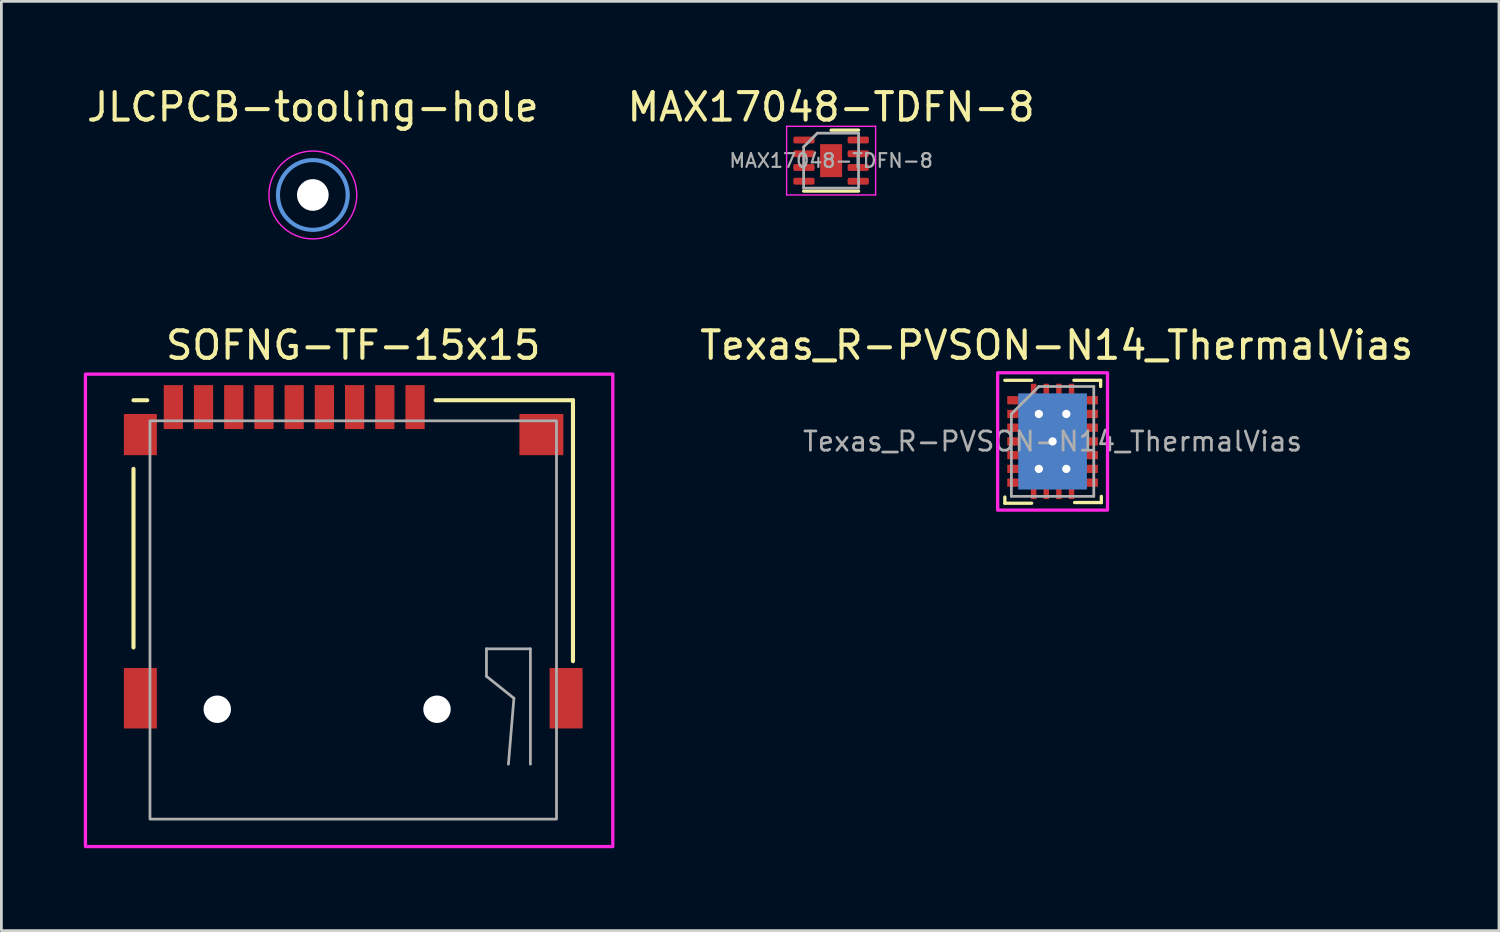
<source format=kicad_pcb>
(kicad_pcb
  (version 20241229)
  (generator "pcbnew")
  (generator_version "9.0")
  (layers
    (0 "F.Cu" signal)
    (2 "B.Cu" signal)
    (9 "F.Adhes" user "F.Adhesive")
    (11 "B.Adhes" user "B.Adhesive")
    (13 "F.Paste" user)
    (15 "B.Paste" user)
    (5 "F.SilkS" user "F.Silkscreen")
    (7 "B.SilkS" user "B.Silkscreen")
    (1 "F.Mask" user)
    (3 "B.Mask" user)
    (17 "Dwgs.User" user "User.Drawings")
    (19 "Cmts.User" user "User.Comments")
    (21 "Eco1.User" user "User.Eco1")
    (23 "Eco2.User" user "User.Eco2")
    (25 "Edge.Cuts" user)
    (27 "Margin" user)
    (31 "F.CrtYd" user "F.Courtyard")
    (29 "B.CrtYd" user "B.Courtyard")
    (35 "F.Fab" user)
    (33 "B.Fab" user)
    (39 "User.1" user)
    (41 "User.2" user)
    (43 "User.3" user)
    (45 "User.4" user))
  (footprint "MAX17048-TDFN-8"
    (layer "F.Cu")
    (at 27.208 2.798)
    (property "Reference" "MAX17048-TDFN-8" (at 0 -1.95 0) (layer "F.SilkS") (effects (font (size 1 1) (thickness 0.15))))
    (attr smd)
    (fp_line (start -1 1.11) (end 1 1.11) (stroke (width 0.12) (type solid)) (layer "F.SilkS"))
    (fp_line (start 0 -1.11) (end 1 -1.11) (stroke (width 0.12) (type solid)) (layer "F.SilkS"))
    (fp_line (start -1.62 -1.25) (end -1.62 1.25) (stroke (width 0.05) (type solid)) (layer "F.CrtYd"))
    (fp_line (start -1.62 1.25) (end 1.62 1.25) (stroke (width 0.05) (type solid)) (layer "F.CrtYd"))
    (fp_line (start 1.62 -1.25) (end -1.62 -1.25) (stroke (width 0.05) (type solid)) (layer "F.CrtYd"))
    (fp_line (start 1.62 1.25) (end 1.62 -1.25) (stroke (width 0.05) (type solid)) (layer "F.CrtYd"))
    (fp_line (start -1 -0.5) (end -0.5 -1) (stroke (width 0.1) (type solid)) (layer "F.Fab"))
    (fp_line (start -1 1) (end -1 -0.5) (stroke (width 0.1) (type solid)) (layer "F.Fab"))
    (fp_line (start -0.5 -1) (end 1 -1) (stroke (width 0.1) (type solid)) (layer "F.Fab"))
    (fp_line (start 1 -1) (end 1 1) (stroke (width 0.1) (type solid)) (layer "F.Fab"))
    (fp_line (start 1 1) (end -1 1) (stroke (width 0.1) (type solid)) (layer "F.Fab"))
    (fp_text user "${REFERENCE}" (at 0 0 0) (layer "F.Fab") (effects (font (size 0.5 0.5) (thickness 0.08))))
    (pad "" smd roundrect (at -0.2 -0.3) (size 0.32 0.48) (layers "F.Paste") (roundrect_rratio 0.25))
    (pad "" smd roundrect (at -0.2 0.3) (size 0.32 0.48) (layers "F.Paste") (roundrect_rratio 0.25))
    (pad "" smd roundrect (at 0.2 -0.3) (size 0.32 0.48) (layers "F.Paste") (roundrect_rratio 0.25))
    (pad "" smd roundrect (at 0.2 0.3) (size 0.32 0.48) (layers "F.Paste") (roundrect_rratio 0.25))
    (pad "1" smd roundrect (at -0.988 -0.75) (size 0.775 0.25) (layers "F.Cu" "F.Mask" "F.Paste") (roundrect_rratio 0.25))
    (pad "2" smd roundrect (at -0.988 -0.25) (size 0.775 0.25) (layers "F.Cu" "F.Mask" "F.Paste") (roundrect_rratio 0.25))
    (pad "3" smd roundrect (at -0.988 0.25) (size 0.775 0.25) (layers "F.Cu" "F.Mask" "F.Paste") (roundrect_rratio 0.25))
    (pad "4" smd roundrect (at -0.988 0.75) (size 0.775 0.25) (layers "F.Cu" "F.Mask" "F.Paste") (roundrect_rratio 0.25))
    (pad "4" smd rect (at 0 0) (size 0.8 1.2) (layers "F.Cu" "F.Mask"))
    (pad "5" smd roundrect (at 0.988 0.75) (size 0.775 0.25) (layers "F.Cu" "F.Mask" "F.Paste") (roundrect_rratio 0.25))
    (pad "6" smd roundrect (at 0.988 0.25) (size 0.775 0.25) (layers "F.Cu" "F.Mask" "F.Paste") (roundrect_rratio 0.25))
    (pad "7" smd roundrect (at 0.988 -0.25) (size 0.775 0.25) (layers "F.Cu" "F.Mask" "F.Paste") (roundrect_rratio 0.25))
    (pad "8" smd roundrect (at 0.988 -0.75) (size 0.775 0.25) (layers "F.Cu" "F.Mask" "F.Paste") (roundrect_rratio 0.25)))
  (footprint "Texas_R-PVSON-N14_ThermalVias"
    (layer "F.Cu")
    (at 35.271 13.021)
    (property "Reference" "Texas_R-PVSON-N14_ThermalVias" (at 0.15 -3.5 0) (layer "F.SilkS") (effects (font (size 1 1) (thickness 0.15))))
    (attr smd)
    (fp_line (start -1.738 -2.225) (end -0.762 -2.225) (stroke (width 0.12) (type solid)) (layer "F.SilkS"))
    (fp_line (start -1.738 2.25) (end -1.738 2.025) (stroke (width 0.12) (type solid)) (layer "F.SilkS"))
    (fp_line (start -1.738 2.25) (end -0.762 2.25) (stroke (width 0.12) (type solid)) (layer "F.SilkS"))
    (fp_line (start 0.775 -2.225) (end 1.75 -2.225) (stroke (width 0.12) (type solid)) (layer "F.SilkS"))
    (fp_line (start 0.8 2.225) (end 1.775 2.225) (stroke (width 0.12) (type solid)) (layer "F.SilkS"))
    (fp_line (start 1.75 -2) (end 1.75 -2.225) (stroke (width 0.12) (type solid)) (layer "F.SilkS"))
    (fp_line (start 1.775 2) (end 1.775 2.225) (stroke (width 0.12) (type solid)) (layer "F.SilkS"))
    (fp_rect (start -2 2.5) (end 2 -2.5) (stroke (width 0.12) (type solid)) (fill no) (layer "F.CrtYd"))
    (fp_line (start -1.5 -1) (end -1.5 2) (stroke (width 0.1) (type solid)) (layer "F.Fab"))
    (fp_line (start -1.5 -1) (end -0.5 -2) (stroke (width 0.1) (type solid)) (layer "F.Fab"))
    (fp_line (start -1.5 2) (end 1.5 2) (stroke (width 0.1) (type solid)) (layer "F.Fab"))
    (fp_line (start 1.5 -2) (end -0.5 -2) (stroke (width 0.1) (type solid)) (layer "F.Fab"))
    (fp_line (start 1.5 2) (end 1.5 -2) (stroke (width 0.1) (type solid)) (layer "F.Fab"))
    (fp_text user "${REFERENCE}" (at 0 0 0) (layer "F.Fab") (effects (font (size 0.7 0.7) (thickness 0.1))))
    (pad "" smd rect (at -0.4 -0.8) (size 0.59 1.2) (layers "F.Paste"))
    (pad "" smd rect (at -0.4 0.8) (size 0.59 1.2) (layers "F.Paste"))
    (pad "" smd rect (at 0.4 -0.8) (size 0.59 1.2) (layers "F.Paste"))
    (pad "" smd rect (at 0.4 0.8) (size 0.59 1.2) (layers "F.Paste"))
    (pad "1" smd rect (at -1.5 -1.5) (size 0.3 0.3) (layers "F.Cu" "F.Mask" "F.Paste"))
    (pad "1" smd roundrect (at -1.25 -1.5) (size 0.5 0.3) (layers "F.Cu" "F.Mask" "F.Paste") (roundrect_rratio 0.5))
    (pad "2" smd rect (at -1.5 -1) (size 0.3 0.3) (layers "F.Cu" "F.Mask" "F.Paste"))
    (pad "2" smd roundrect (at -1.25 -1) (size 0.5 0.3) (layers "F.Cu" "F.Mask" "F.Paste") (roundrect_rratio 0.5))
    (pad "3" smd rect (at -1.5 -0.5) (size 0.3 0.3) (layers "F.Cu" "F.Mask" "F.Paste"))
    (pad "3" smd roundrect (at -1.25 -0.5) (size 0.5 0.3) (layers "F.Cu" "F.Mask" "F.Paste") (roundrect_rratio 0.5))
    (pad "4" smd rect (at -1.5 0) (size 0.3 0.3) (layers "F.Cu" "F.Mask" "F.Paste"))
    (pad "4" smd roundrect (at -1.25 0) (size 0.5 0.3) (layers "F.Cu" "F.Mask" "F.Paste") (roundrect_rratio 0.5))
    (pad "5" smd rect (at -1.5 0.5) (size 0.3 0.3) (layers "F.Cu" "F.Mask" "F.Paste"))
    (pad "5" smd roundrect (at -1.25 0.5) (size 0.5 0.3) (layers "F.Cu" "F.Mask" "F.Paste") (roundrect_rratio 0.5))
    (pad "6" smd rect (at -1.5 1) (size 0.3 0.3) (layers "F.Cu" "F.Mask" "F.Paste"))
    (pad "6" smd roundrect (at -1.25 1) (size 0.5 0.3) (layers "F.Cu" "F.Mask" "F.Paste") (roundrect_rratio 0.5))
    (pad "7" smd rect (at -1.5 1.5) (size 0.3 0.3) (layers "F.Cu" "F.Mask" "F.Paste"))
    (pad "7" smd roundrect (at -1.25 1.5) (size 0.5 0.3) (layers "F.Cu" "F.Mask" "F.Paste") (roundrect_rratio 0.5))
    (pad "8" smd roundrect (at 1.25 1.5) (size 0.5 0.3) (layers "F.Cu" "F.Mask" "F.Paste") (roundrect_rratio 0.5))
    (pad "8" smd rect (at 1.5 1.5) (size 0.3 0.3) (layers "F.Cu" "F.Mask" "F.Paste"))
    (pad "9" smd roundrect (at 1.25 1) (size 0.5 0.3) (layers "F.Cu" "F.Mask" "F.Paste") (roundrect_rratio 0.5))
    (pad "9" smd rect (at 1.5 1) (size 0.3 0.3) (layers "F.Cu" "F.Mask" "F.Paste"))
    (pad "10" smd roundrect (at 1.25 0.5) (size 0.5 0.3) (layers "F.Cu" "F.Mask" "F.Paste") (roundrect_rratio 0.5))
    (pad "10" smd rect (at 1.5 0.5) (size 0.3 0.3) (layers "F.Cu" "F.Mask" "F.Paste"))
    (pad "11" smd roundrect (at 1.25 0) (size 0.5 0.3) (layers "F.Cu" "F.Mask" "F.Paste") (roundrect_rratio 0.5))
    (pad "11" smd rect (at 1.5 0) (size 0.3 0.3) (layers "F.Cu" "F.Mask" "F.Paste"))
    (pad "12" smd roundrect (at 1.25 -0.5) (size 0.5 0.3) (layers "F.Cu" "F.Mask" "F.Paste") (roundrect_rratio 0.5))
    (pad "12" smd rect (at 1.5 -0.5) (size 0.3 0.3) (layers "F.Cu" "F.Mask" "F.Paste"))
    (pad "13" smd roundrect (at 1.25 -1) (size 0.5 0.3) (layers "F.Cu" "F.Mask" "F.Paste") (roundrect_rratio 0.5))
    (pad "13" smd rect (at 1.5 -1) (size 0.3 0.3) (layers "F.Cu" "F.Mask" "F.Paste"))
    (pad "14" smd roundrect (at 1.25 -1.5) (size 0.5 0.3) (layers "F.Cu" "F.Mask" "F.Paste") (roundrect_rratio 0.5))
    (pad "14" smd rect (at 1.5 -1.5) (size 0.3 0.3) (layers "F.Cu" "F.Mask" "F.Paste"))
    (pad "15" smd rect (at -0.69 -1.75) (size 0.2 0.7) (layers "F.Cu" "F.Mask" "F.Paste"))
    (pad "15" smd rect (at -0.69 1.75) (size 0.2 0.7) (layers "F.Cu" "F.Mask" "F.Paste"))
    (pad "15" thru_hole circle (at -0.5 -1) (size 0.5 0.5) (drill 0.3) (layers "*.Cu" "*.Mask"))
    (pad "15" thru_hole circle (at -0.5 1) (size 0.5 0.5) (drill 0.3) (layers "*.Cu" "*.Mask"))
    (pad "15" smd rect (at -0.23 -1.75) (size 0.2 0.7) (layers "F.Cu" "F.Mask" "F.Paste"))
    (pad "15" smd rect (at -0.23 1.75) (size 0.2 0.7) (layers "F.Cu" "F.Mask" "F.Paste"))
    (pad "15" thru_hole circle (at 0 0) (size 0.5 0.5) (drill 0.3) (layers "*.Cu" "*.Mask"))
    (pad "15" smd rect (at 0 0) (size 1.58 2.85) (layers "F.Cu" "F.Mask"))
    (pad "15" smd rect (at 0 0) (size 2.5 3.5) (layers "B.Cu"))
    (pad "15" smd rect (at 0.23 -1.75) (size 0.2 0.7) (layers "F.Cu" "F.Mask" "F.Paste"))
    (pad "15" smd rect (at 0.23 1.75) (size 0.2 0.7) (layers "F.Cu" "F.Mask" "F.Paste"))
    (pad "15" thru_hole circle (at 0.5 -1) (size 0.5 0.5) (drill 0.3) (layers "*.Cu" "*.Mask"))
    (pad "15" thru_hole circle (at 0.5 1) (size 0.5 0.5) (drill 0.3) (layers "*.Cu" "*.Mask"))
    (pad "15" smd rect (at 0.69 -1.75) (size 0.2 0.7) (layers "F.Cu" "F.Mask" "F.Paste"))
    (pad "15" smd rect (at 0.69 1.75) (size 0.2 0.7) (layers "F.Cu" "F.Mask" "F.Paste")))
  (footprint "JLCPCB-tooling-hole"
    (layer "F.Cu")
    (at 8.339 4.048)
    (property "Reference" "JLCPCB-tooling-hole" (at 0 -3.2 0) (layer "F.SilkS") (effects (font (size 1 1) (thickness 0.15))))
    (attr exclude_from_pos_files exclude_from_bom)
    (fp_circle (center 0 0) (end 1.27 0) (stroke (width 0.15) (type solid)) (fill no) (layer "Cmts.User"))
    (fp_circle (center 0 0) (end 1.6 0) (stroke (width 0.05) (type solid)) (fill no) (layer "F.CrtYd"))
    (pad "" np_thru_hole circle (at 0 0) (size 1.152 1.152) (drill 1.152) (layers "*.Cu" "*.Mask")))
  (footprint "SOFNG-TF-15x15"
    (layer "F.Cu")
    (at 9.81 19.521)
    (property "Reference" "SOFNG-TF-15x15" (at 0 -10 0) (unlocked yes) (layer "F.SilkS") (effects (font (size 1 1) (thickness 0.15))))
    (attr smd)
    (fp_line (start -8 -8) (end -7.5 -8) (stroke (width 0.15) (type solid)) (layer "F.SilkS"))
    (fp_line (start -8 -5.5) (end -8 1) (stroke (width 0.15) (type solid)) (layer "F.SilkS"))
    (fp_line (start 3 -8) (end 8 -8) (stroke (width 0.15) (type solid)) (layer "F.SilkS"))
    (fp_line (start 8 -8) (end 8 1.5) (stroke (width 0.15) (type solid)) (layer "F.SilkS"))
    (fp_rect (start -9.75 -8.95) (end 9.45 8.25) (stroke (width 0.12) (type solid)) (fill no) (layer "F.CrtYd"))
    (fp_line (start 4.85 1.05) (end 4.85 2.05) (stroke (width 0.1) (type solid)) (layer "F.Fab"))
    (fp_line (start 4.85 2.05) (end 5.85 2.85) (stroke (width 0.1) (type solid)) (layer "F.Fab"))
    (fp_line (start 5.85 2.85) (end 5.65 5.25) (stroke (width 0.1) (type solid)) (layer "F.Fab"))
    (fp_line (start 6.45 1.05) (end 4.85 1.05) (stroke (width 0.1) (type solid)) (layer "F.Fab"))
    (fp_line (start 6.45 5.25) (end 6.45 1.05) (stroke (width 0.1) (type solid)) (layer "F.Fab"))
    (fp_rect (start 7.4 7.25) (end -7.4 -7.25) (stroke (width 0.1) (type solid)) (fill no) (layer "F.Fab"))
    (pad "" np_thru_hole circle (at -4.95 3.25) (size 1 1) (drill 1) (layers "*.Cu" "*.Mask"))
    (pad "" np_thru_hole circle (at 3.05 3.25) (size 1 1) (drill 1) (layers "*.Cu" "*.Mask"))
    (pad "1" smd rect (at 2.25 -7.75) (size 0.7 1.6) (layers "F.Cu" "F.Mask" "F.Paste"))
    (pad "2" smd rect (at 1.15 -7.75) (size 0.7 1.6) (layers "F.Cu" "F.Mask" "F.Paste"))
    (pad "3" smd rect (at 0.05 -7.75) (size 0.7 1.6) (layers "F.Cu" "F.Mask" "F.Paste"))
    (pad "4" smd rect (at -1.05 -7.75) (size 0.7 1.6) (layers "F.Cu" "F.Mask" "F.Paste"))
    (pad "5" smd rect (at -2.15 -7.75) (size 0.7 1.6) (layers "F.Cu" "F.Mask" "F.Paste"))
    (pad "6" smd rect (at -3.25 -7.75) (size 0.7 1.6) (layers "F.Cu" "F.Mask" "F.Paste"))
    (pad "7" smd rect (at -4.35 -7.75) (size 0.7 1.6) (layers "F.Cu" "F.Mask" "F.Paste"))
    (pad "8" smd rect (at -5.45 -7.75) (size 0.7 1.6) (layers "F.Cu" "F.Mask" "F.Paste"))
    (pad "10" smd rect (at -6.55 -7.75) (size 0.7 1.6) (layers "F.Cu" "F.Mask" "F.Paste"))
    (pad "11" smd rect (at -7.75 -6.75) (size 1.2 1.5) (layers "F.Cu" "F.Mask" "F.Paste"))
    (pad "11" smd rect (at -7.75 2.85) (size 1.2 2.2) (layers "F.Cu" "F.Mask" "F.Paste"))
    (pad "11" smd rect (at 6.85 -6.75) (size 1.6 1.5) (layers "F.Cu" "F.Mask" "F.Paste"))
    (pad "11" smd rect (at 7.75 2.85) (size 1.2 2.2) (layers "F.Cu" "F.Mask" "F.Paste")))
  (gr_rect
    (start -3 -3)
    (end 51.522 30.831)
    (stroke (width 0.1) (type default))
    (fill no)
    (layer "Edge.Cuts")))
</source>
